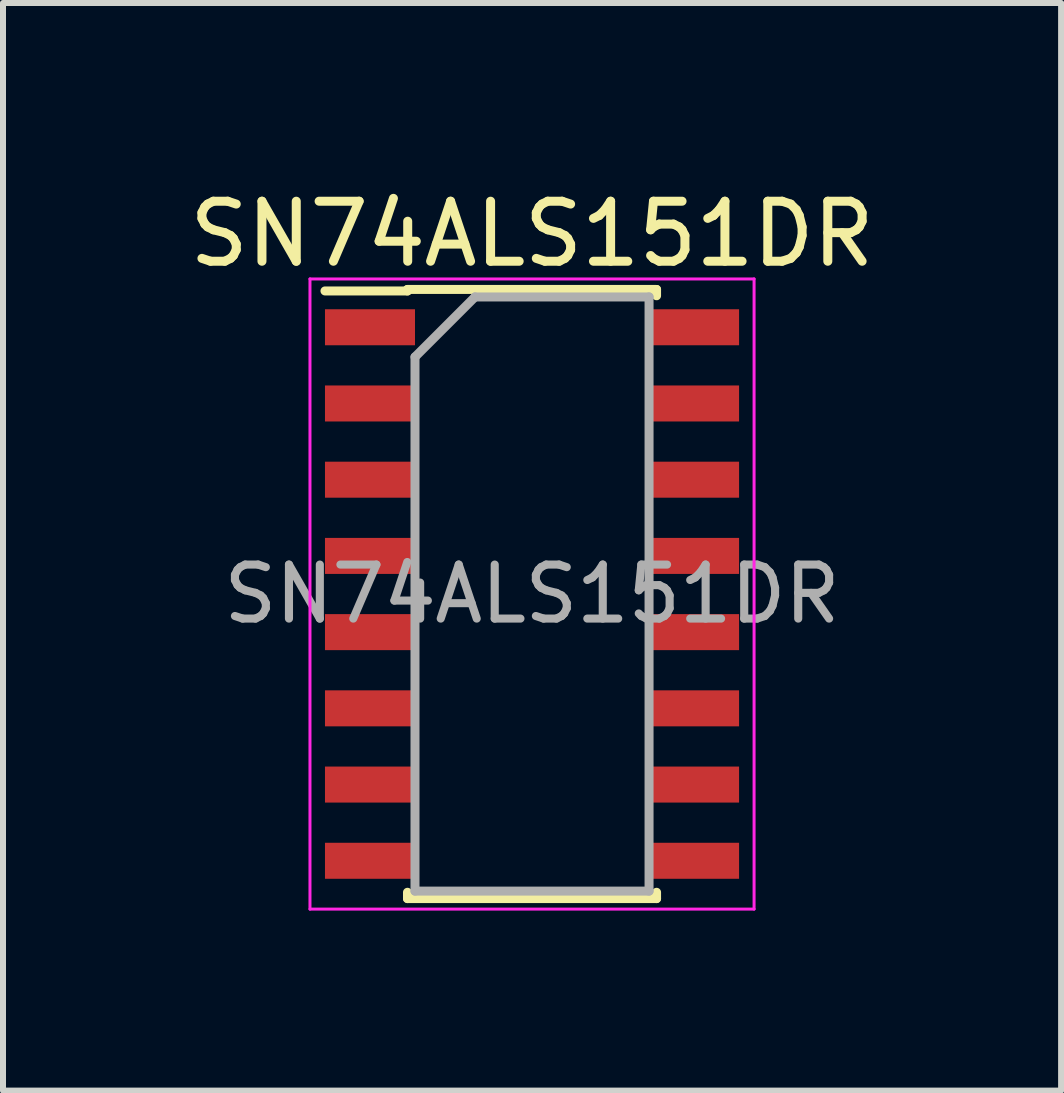
<source format=kicad_pcb>
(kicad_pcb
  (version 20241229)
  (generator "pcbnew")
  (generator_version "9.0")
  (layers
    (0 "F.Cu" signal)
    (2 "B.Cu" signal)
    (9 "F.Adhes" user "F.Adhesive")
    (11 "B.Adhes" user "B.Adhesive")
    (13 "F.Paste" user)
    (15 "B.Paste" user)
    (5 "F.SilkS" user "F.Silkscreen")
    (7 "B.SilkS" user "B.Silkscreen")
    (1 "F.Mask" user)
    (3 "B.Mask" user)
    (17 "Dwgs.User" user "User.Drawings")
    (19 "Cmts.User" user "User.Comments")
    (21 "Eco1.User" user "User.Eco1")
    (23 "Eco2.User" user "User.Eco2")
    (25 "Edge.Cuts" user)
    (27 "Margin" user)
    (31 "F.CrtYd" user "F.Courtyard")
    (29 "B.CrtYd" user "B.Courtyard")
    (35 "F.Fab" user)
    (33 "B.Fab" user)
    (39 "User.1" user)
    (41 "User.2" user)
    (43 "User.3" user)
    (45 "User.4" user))
  (footprint "SN74ALS151DR"
    (layer "F.Cu")
    (at 5.815 6.848)
    (property "Reference" "SN74ALS151DR" (at 0 -6 0) (layer "F.SilkS") (effects (font (size 1 1) (thickness 0.15))))
    (attr smd)
    (fp_line (start -2.075 -5.075) (end -2.075 -5.05) (stroke (width 0.15) (type solid)) (layer "F.SilkS"))
    (fp_line (start -2.075 -5.075) (end 2.075 -5.075) (stroke (width 0.15) (type solid)) (layer "F.SilkS"))
    (fp_line (start -2.075 -5.05) (end -3.45 -5.05) (stroke (width 0.15) (type solid)) (layer "F.SilkS"))
    (fp_line (start -2.075 5.075) (end -2.075 4.97) (stroke (width 0.15) (type solid)) (layer "F.SilkS"))
    (fp_line (start -2.075 5.075) (end 2.075 5.075) (stroke (width 0.15) (type solid)) (layer "F.SilkS"))
    (fp_line (start 2.075 -5.075) (end 2.075 -4.97) (stroke (width 0.15) (type solid)) (layer "F.SilkS"))
    (fp_line (start 2.075 5.075) (end 2.075 4.97) (stroke (width 0.15) (type solid)) (layer "F.SilkS"))
    (fp_line (start -3.7 -5.25) (end -3.7 5.25) (stroke (width 0.05) (type solid)) (layer "F.CrtYd"))
    (fp_line (start -3.7 -5.25) (end 3.7 -5.25) (stroke (width 0.05) (type solid)) (layer "F.CrtYd"))
    (fp_line (start -3.7 5.25) (end 3.7 5.25) (stroke (width 0.05) (type solid)) (layer "F.CrtYd"))
    (fp_line (start 3.7 -5.25) (end 3.7 5.25) (stroke (width 0.05) (type solid)) (layer "F.CrtYd"))
    (fp_line (start -1.95 -3.95) (end -0.95 -4.95) (stroke (width 0.15) (type solid)) (layer "F.Fab"))
    (fp_line (start -1.95 4.95) (end -1.95 -3.95) (stroke (width 0.15) (type solid)) (layer "F.Fab"))
    (fp_line (start -0.95 -4.95) (end 1.95 -4.95) (stroke (width 0.15) (type solid)) (layer "F.Fab"))
    (fp_line (start 1.95 -4.95) (end 1.95 4.95) (stroke (width 0.15) (type solid)) (layer "F.Fab"))
    (fp_line (start 1.95 4.95) (end -1.95 4.95) (stroke (width 0.15) (type solid)) (layer "F.Fab"))
    (fp_text user "${REFERENCE}" (at 0 0 0) (layer "F.Fab") (effects (font (size 0.9 0.9) (thickness 0.135))))
    (pad "1" smd rect (at -2.7 -4.445) (size 1.5 0.6) (layers "F.Cu" "F.Mask" "F.Paste"))
    (pad "2" smd rect (at -2.7 -3.175) (size 1.5 0.6) (layers "F.Cu" "F.Mask" "F.Paste"))
    (pad "3" smd rect (at -2.7 -1.905) (size 1.5 0.6) (layers "F.Cu" "F.Mask" "F.Paste"))
    (pad "4" smd rect (at -2.7 -0.635) (size 1.5 0.6) (layers "F.Cu" "F.Mask" "F.Paste"))
    (pad "5" smd rect (at -2.7 0.635) (size 1.5 0.6) (layers "F.Cu" "F.Mask" "F.Paste"))
    (pad "6" smd rect (at -2.7 1.905) (size 1.5 0.6) (layers "F.Cu" "F.Mask" "F.Paste"))
    (pad "7" smd rect (at -2.7 3.175) (size 1.5 0.6) (layers "F.Cu" "F.Mask" "F.Paste"))
    (pad "8" smd rect (at -2.7 4.445) (size 1.5 0.6) (layers "F.Cu" "F.Mask" "F.Paste"))
    (pad "9" smd rect (at 2.7 4.445) (size 1.5 0.6) (layers "F.Cu" "F.Mask" "F.Paste"))
    (pad "10" smd rect (at 2.7 3.175) (size 1.5 0.6) (layers "F.Cu" "F.Mask" "F.Paste"))
    (pad "11" smd rect (at 2.7 1.905) (size 1.5 0.6) (layers "F.Cu" "F.Mask" "F.Paste"))
    (pad "12" smd rect (at 2.7 0.635) (size 1.5 0.6) (layers "F.Cu" "F.Mask" "F.Paste"))
    (pad "13" smd rect (at 2.7 -0.635) (size 1.5 0.6) (layers "F.Cu" "F.Mask" "F.Paste"))
    (pad "14" smd rect (at 2.7 -1.905) (size 1.5 0.6) (layers "F.Cu" "F.Mask" "F.Paste"))
    (pad "15" smd rect (at 2.7 -3.175) (size 1.5 0.6) (layers "F.Cu" "F.Mask" "F.Paste"))
    (pad "16" smd rect (at 2.7 -4.445) (size 1.5 0.6) (layers "F.Cu" "F.Mask" "F.Paste")))
  (gr_rect
    (start -3 -3)
    (end 14.631 15.123)
    (stroke (width 0.1) (type default))
    (fill no)
    (layer "Edge.Cuts")))
</source>
